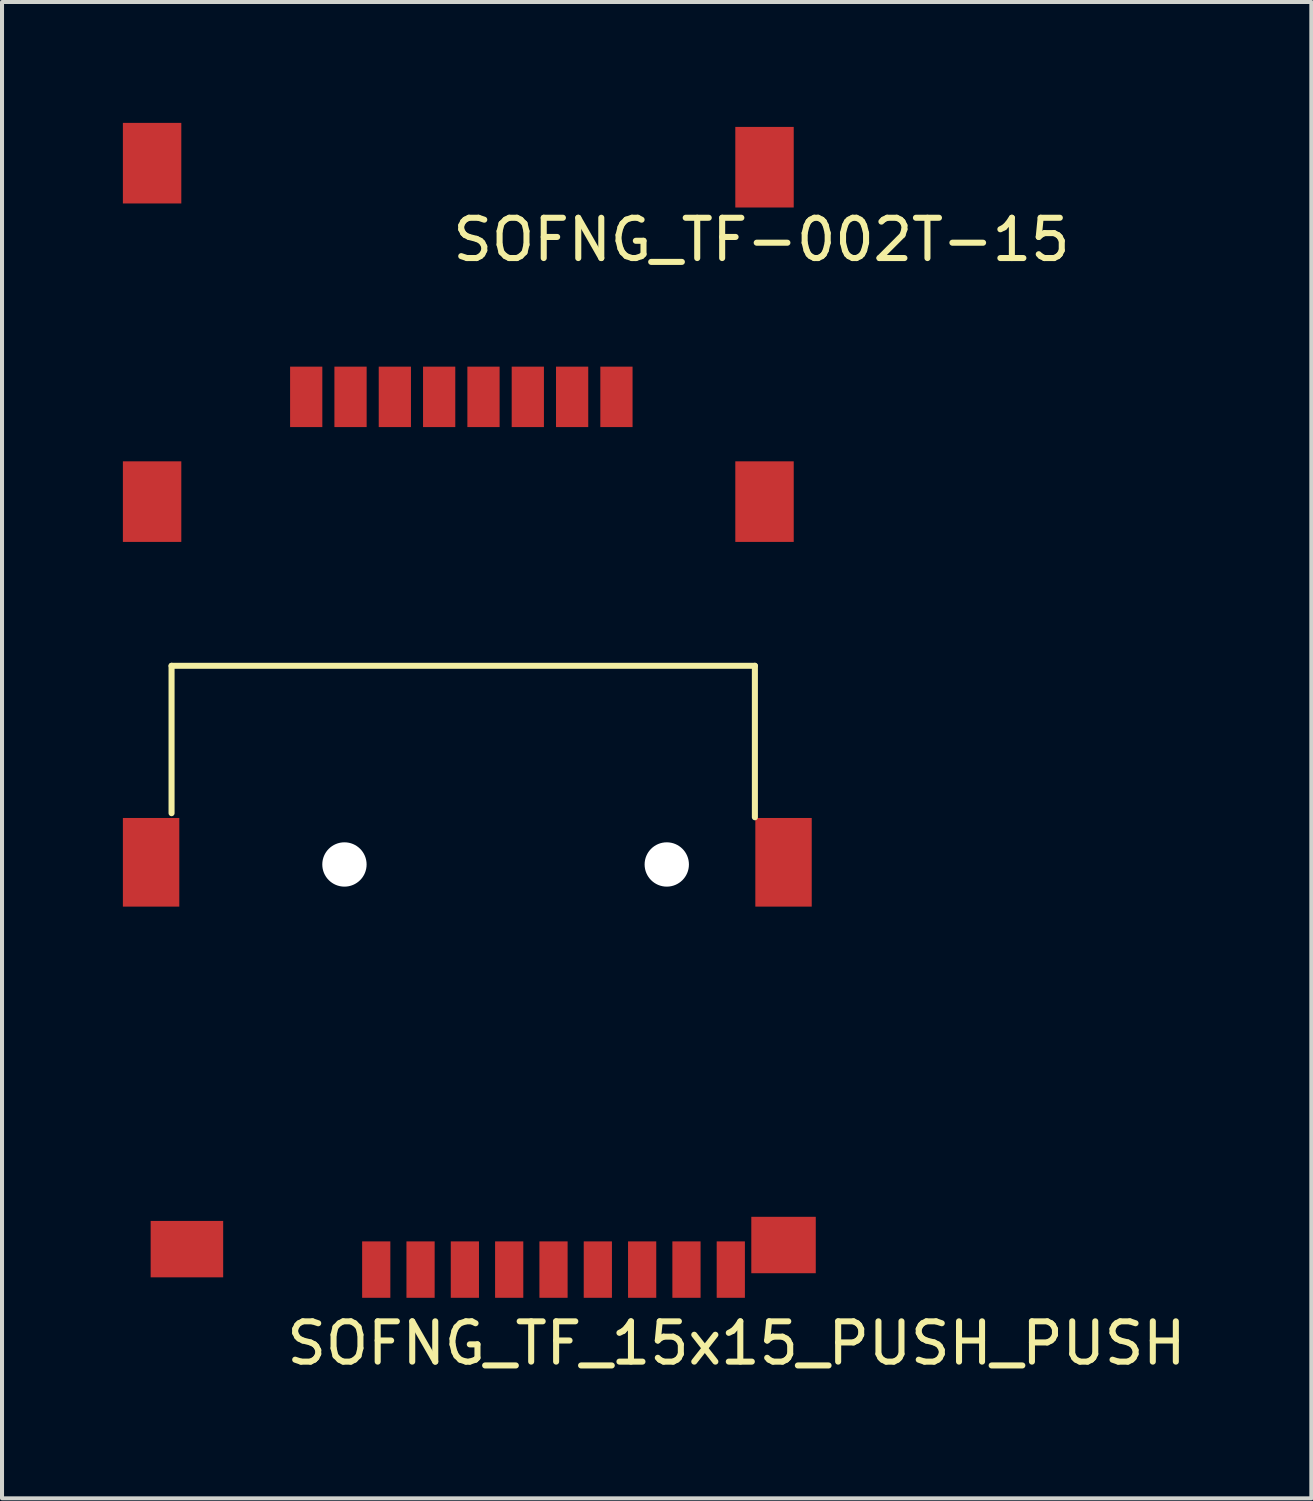
<source format=kicad_pcb>
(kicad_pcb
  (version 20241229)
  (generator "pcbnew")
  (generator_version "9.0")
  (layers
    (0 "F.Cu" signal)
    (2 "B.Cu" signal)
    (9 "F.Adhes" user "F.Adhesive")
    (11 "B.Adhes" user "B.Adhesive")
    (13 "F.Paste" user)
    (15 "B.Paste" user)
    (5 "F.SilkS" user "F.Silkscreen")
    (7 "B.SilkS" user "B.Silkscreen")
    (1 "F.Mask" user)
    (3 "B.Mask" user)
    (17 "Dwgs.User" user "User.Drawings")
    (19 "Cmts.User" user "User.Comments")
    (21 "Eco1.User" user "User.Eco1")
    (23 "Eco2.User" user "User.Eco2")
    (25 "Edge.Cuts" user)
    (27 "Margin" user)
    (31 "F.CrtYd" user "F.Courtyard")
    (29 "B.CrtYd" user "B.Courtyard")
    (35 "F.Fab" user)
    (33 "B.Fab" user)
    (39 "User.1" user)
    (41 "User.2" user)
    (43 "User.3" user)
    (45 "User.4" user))
  (footprint "SOFNG_TF-002T-15"
    (layer "F.Cu")
    (at 12.25 6.8)
    (property "Reference" "SOFNG_TF-002T-15" (at 3.6 -3.9 0) (layer "F.SilkS") (effects (font (size 1 1) (thickness 0.15))))
    (attr through_hole)
    (pad "" smd rect (at -10.8 -4.8) (size 1.45 2) (drill (offset -0.725 -1)) (layers "F.Cu" "F.Mask" "F.Paste"))
    (pad "" smd rect (at -10.8 3.6) (size 1.45 2) (drill (offset -0.725 -1)) (layers "F.Cu" "F.Mask" "F.Paste"))
    (pad "" smd rect (at 2.95 -4.7) (size 1.45 2) (drill (offset 0.725 -1)) (layers "F.Cu" "F.Mask" "F.Paste"))
    (pad "" smd rect (at 2.95 3.6) (size 1.45 2) (drill (offset 0.725 -1)) (layers "F.Cu" "F.Mask" "F.Paste"))
    (pad "1" smd rect (at 0 0) (size 0.8 1.5) (layers "F.Cu" "F.Mask" "F.Paste"))
    (pad "2" smd rect (at -1.1 0) (size 0.8 1.5) (layers "F.Cu" "F.Mask" "F.Paste"))
    (pad "3" smd rect (at -2.2 0) (size 0.8 1.5) (layers "F.Cu" "F.Mask" "F.Paste"))
    (pad "4" smd rect (at -3.3 0) (size 0.8 1.5) (layers "F.Cu" "F.Mask" "F.Paste"))
    (pad "5" smd rect (at -4.4 0) (size 0.8 1.5) (layers "F.Cu" "F.Mask" "F.Paste"))
    (pad "6" smd rect (at -5.5 0) (size 0.8 1.5) (layers "F.Cu" "F.Mask" "F.Paste"))
    (pad "7" smd rect (at -6.6 0) (size 0.8 1.5) (layers "F.Cu" "F.Mask" "F.Paste"))
    (pad "8" smd rect (at -7.7 0) (size 0.8 1.5) (layers "F.Cu" "F.Mask" "F.Paste")))
  (footprint "SOFNG_TF_15x15_PUSH_PUSH"
    (layer "F.Cu")
    (at 6.288 28.461)
    (property "Reference" "SOFNG_TF_15x15_PUSH_PUSH" (at 8.941 1.829 0) (layer "F.SilkS") (effects (font (size 1 1) (thickness 0.15))))
    (attr through_hole)
    (fp_line (start -5.08 -14.986) (end -5.08 -11.328) (stroke (width 0.15) (type solid)) (layer "F.SilkS"))
    (fp_line (start 9.398 -14.986) (end -5.08 -14.986) (stroke (width 0.15) (type solid)) (layer "F.SilkS"))
    (fp_line (start 9.398 -11.227) (end 9.398 -14.986) (stroke (width 0.15) (type solid)) (layer "F.SilkS"))
    (pad "" smd rect (at -5.588 -10.109) (size 1.4 2.2) (layers "F.Cu" "F.Mask" "F.Paste"))
    (pad "" smd rect (at -4.699 -0.508) (size 1.8 1.4) (layers "F.Cu" "F.Mask" "F.Paste"))
    (pad "" np_thru_hole circle (at -0.789 -10.055) (size 1.1 1.1) (drill 1.1) (layers "*.Cu" "*.Mask"))
    (pad "" np_thru_hole circle (at 7.211 -10.055) (size 1.1 1.1) (drill 1.1) (layers "*.Cu" "*.Mask"))
    (pad "" smd rect (at 10.109 -10.109) (size 1.4 2.2) (layers "F.Cu" "F.Mask" "F.Paste"))
    (pad "" smd rect (at 10.109 -0.61) (size 1.6 1.4) (layers "F.Cu" "F.Mask" "F.Paste"))
    (pad "1" smd rect (at 0 0) (size 0.7 1.4) (layers "F.Cu" "F.Mask" "F.Paste"))
    (pad "2" smd rect (at 1.1 0) (size 0.7 1.4) (layers "F.Cu" "F.Mask" "F.Paste"))
    (pad "3" smd rect (at 2.2 0) (size 0.7 1.4) (layers "F.Cu" "F.Mask" "F.Paste"))
    (pad "4" smd rect (at 3.3 0) (size 0.7 1.4) (layers "F.Cu" "F.Mask" "F.Paste"))
    (pad "5" smd rect (at 4.4 0) (size 0.7 1.4) (layers "F.Cu" "F.Mask" "F.Paste"))
    (pad "6" smd rect (at 5.5 0) (size 0.7 1.4) (layers "F.Cu" "F.Mask" "F.Paste"))
    (pad "7" smd rect (at 6.6 0) (size 0.7 1.4) (layers "F.Cu" "F.Mask" "F.Paste"))
    (pad "8" smd rect (at 7.7 0) (size 0.7 1.4) (layers "F.Cu" "F.Mask" "F.Paste"))
    (pad "9" smd rect (at 8.8 0) (size 0.7 1.4) (layers "F.Cu" "F.Mask" "F.Paste")))
  (gr_rect
    (start -3 -3)
    (end 29.497 34.138)
    (stroke (width 0.1) (type default))
    (fill no)
    (layer "Edge.Cuts")))
</source>
